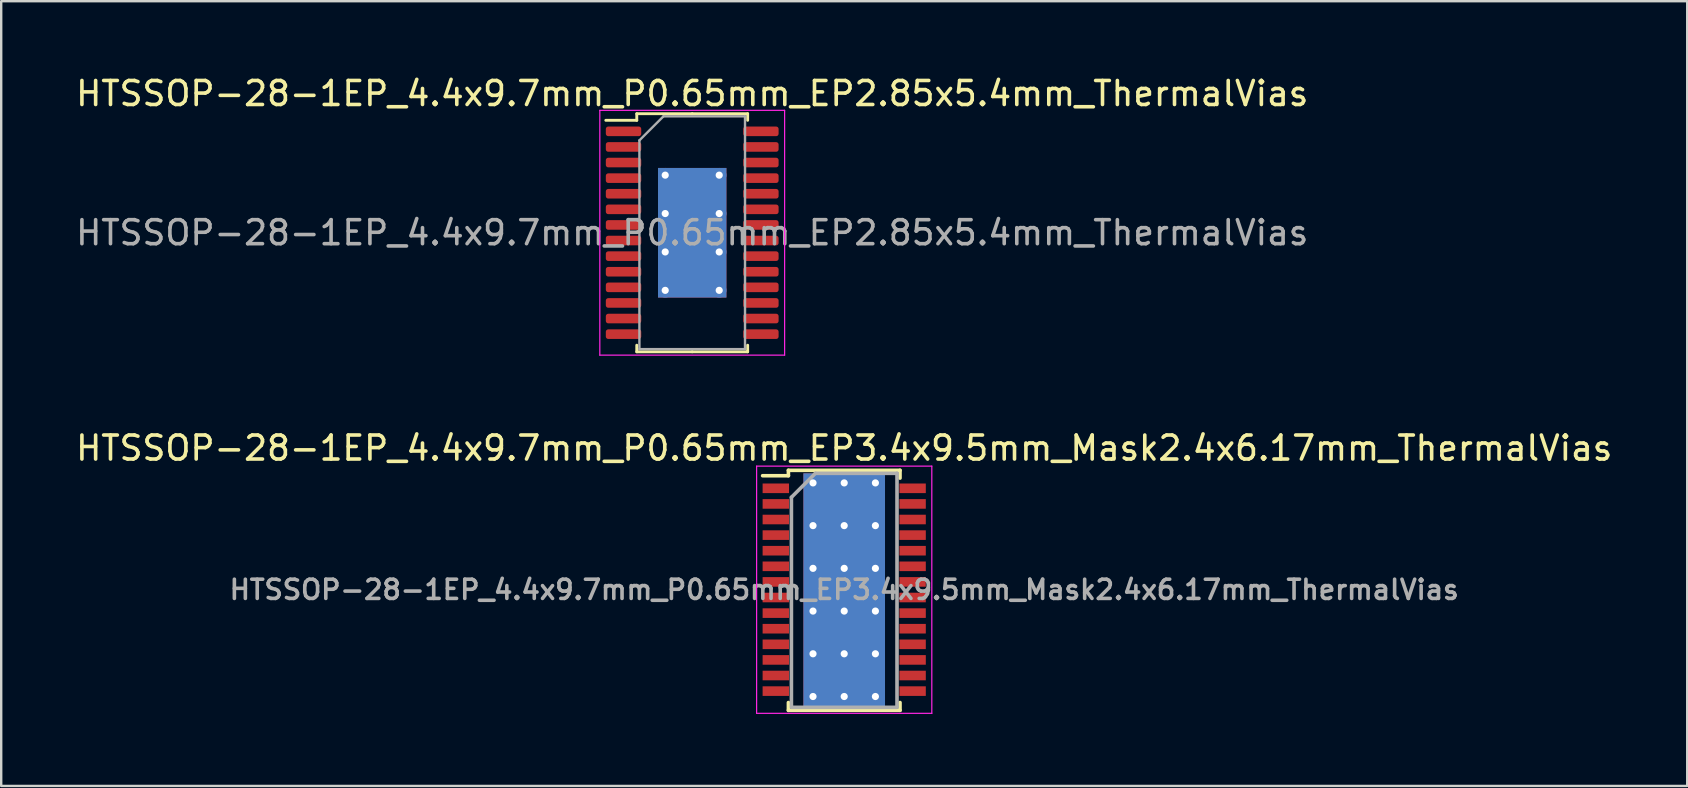
<source format=kicad_pcb>
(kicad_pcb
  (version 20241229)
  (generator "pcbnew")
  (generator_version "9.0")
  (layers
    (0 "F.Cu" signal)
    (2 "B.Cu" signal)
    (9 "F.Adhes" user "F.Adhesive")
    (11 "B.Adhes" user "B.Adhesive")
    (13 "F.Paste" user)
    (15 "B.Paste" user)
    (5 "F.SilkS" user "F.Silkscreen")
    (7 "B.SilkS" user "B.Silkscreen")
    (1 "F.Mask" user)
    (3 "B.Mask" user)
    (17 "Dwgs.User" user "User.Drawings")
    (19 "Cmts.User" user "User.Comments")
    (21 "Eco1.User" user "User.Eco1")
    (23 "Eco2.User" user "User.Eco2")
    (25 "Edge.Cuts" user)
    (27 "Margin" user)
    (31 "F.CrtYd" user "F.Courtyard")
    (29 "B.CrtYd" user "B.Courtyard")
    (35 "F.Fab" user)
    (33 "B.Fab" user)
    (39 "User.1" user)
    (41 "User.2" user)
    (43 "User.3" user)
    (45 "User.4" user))
  (footprint "HTSSOP-28-1EP_4.4x9.7mm_P0.65mm_EP3.4x9.5mm_Mask2.4x6.17mm_ThermalVias"
    (layer "F.Cu")
    (at 32.125 21.521)
    (property "Reference" "HTSSOP-28-1EP_4.4x9.7mm_P0.65mm_EP3.4x9.5mm_Mask2.4x6.17mm_ThermalVias" (at 0 -5.9 0) (layer "F.SilkS") (effects (font (size 1 1) (thickness 0.15))))
    (attr smd)
    (fp_line (start -2.325 -4.975) (end -2.325 -4.75) (stroke (width 0.15) (type solid)) (layer "F.SilkS"))
    (fp_line (start -2.325 -4.975) (end 2.325 -4.975) (stroke (width 0.15) (type solid)) (layer "F.SilkS"))
    (fp_line (start -2.325 -4.75) (end -3.4 -4.75) (stroke (width 0.15) (type solid)) (layer "F.SilkS"))
    (fp_line (start -2.325 5.026) (end -2.325 4.701) (stroke (width 0.15) (type solid)) (layer "F.SilkS"))
    (fp_line (start -2.325 5.026) (end 2.325 5.026) (stroke (width 0.15) (type solid)) (layer "F.SilkS"))
    (fp_line (start 2.325 -4.975) (end 2.325 -4.65) (stroke (width 0.15) (type solid)) (layer "F.SilkS"))
    (fp_line (start 2.325 5.026) (end 2.325 4.701) (stroke (width 0.15) (type solid)) (layer "F.SilkS"))
    (fp_line (start -3.65 -5.15) (end -3.65 5.15) (stroke (width 0.05) (type solid)) (layer "F.CrtYd"))
    (fp_line (start -3.65 -5.15) (end 3.65 -5.15) (stroke (width 0.05) (type solid)) (layer "F.CrtYd"))
    (fp_line (start -3.65 5.15) (end 3.65 5.15) (stroke (width 0.05) (type solid)) (layer "F.CrtYd"))
    (fp_line (start 3.65 -5.15) (end 3.65 5.15) (stroke (width 0.05) (type solid)) (layer "F.CrtYd"))
    (fp_line (start -2.2 -3.85) (end -1.2 -4.85) (stroke (width 0.15) (type solid)) (layer "F.Fab"))
    (fp_line (start -2.2 4.85) (end -2.2 -3.85) (stroke (width 0.15) (type solid)) (layer "F.Fab"))
    (fp_line (start -1.2 -4.85) (end 2.2 -4.85) (stroke (width 0.15) (type solid)) (layer "F.Fab"))
    (fp_line (start 2.2 -4.85) (end 2.2 4.85) (stroke (width 0.15) (type solid)) (layer "F.Fab"))
    (fp_line (start 2.2 4.901) (end -2.2 4.901) (stroke (width 0.15) (type solid)) (layer "F.Fab"))
    (fp_text user "${REFERENCE}" (at 0 0 0) (layer "F.Fab") (effects (font (size 0.8 0.8) (thickness 0.15))))
    (pad "" smd rect (at -0.6 -1.78) (size 0.9 1.4) (layers "F.Paste"))
    (pad "" smd rect (at -0.6 0) (size 0.9 1.4) (layers "F.Paste"))
    (pad "" smd rect (at -0.6 1.78) (size 0.9 1.4) (layers "F.Paste"))
    (pad "" smd rect (at 0 0) (size 2.4 6.17) (layers "F.Mask"))
    (pad "" smd rect (at 0.6 -1.78) (size 0.9 1.4) (layers "F.Paste"))
    (pad "" smd rect (at 0.6 0) (size 0.9 1.4) (layers "F.Paste"))
    (pad "" smd rect (at 0.6 1.78) (size 0.9 1.4) (layers "F.Paste"))
    (pad "1" smd rect (at -2.85 -4.225) (size 1.1 0.4) (layers "F.Cu" "F.Mask" "F.Paste"))
    (pad "2" smd rect (at -2.85 -3.575) (size 1.1 0.4) (layers "F.Cu" "F.Mask" "F.Paste"))
    (pad "3" smd rect (at -2.85 -2.925) (size 1.1 0.4) (layers "F.Cu" "F.Mask" "F.Paste"))
    (pad "4" smd rect (at -2.85 -2.275) (size 1.1 0.4) (layers "F.Cu" "F.Mask" "F.Paste"))
    (pad "5" smd rect (at -2.85 -1.625) (size 1.1 0.4) (layers "F.Cu" "F.Mask" "F.Paste"))
    (pad "6" smd rect (at -2.85 -0.975) (size 1.1 0.4) (layers "F.Cu" "F.Mask" "F.Paste"))
    (pad "7" smd rect (at -2.85 -0.325) (size 1.1 0.4) (layers "F.Cu" "F.Mask" "F.Paste"))
    (pad "8" smd rect (at -2.85 0.325) (size 1.1 0.4) (layers "F.Cu" "F.Mask" "F.Paste"))
    (pad "9" smd rect (at -2.85 0.975) (size 1.1 0.4) (layers "F.Cu" "F.Mask" "F.Paste"))
    (pad "10" smd rect (at -2.85 1.625) (size 1.1 0.4) (layers "F.Cu" "F.Mask" "F.Paste"))
    (pad "11" smd rect (at -2.85 2.275) (size 1.1 0.4) (layers "F.Cu" "F.Mask" "F.Paste"))
    (pad "12" smd rect (at -2.85 2.925) (size 1.1 0.4) (layers "F.Cu" "F.Mask" "F.Paste"))
    (pad "13" smd rect (at -2.85 3.575) (size 1.1 0.4) (layers "F.Cu" "F.Mask" "F.Paste"))
    (pad "14" smd rect (at -2.85 4.225) (size 1.1 0.4) (layers "F.Cu" "F.Mask" "F.Paste"))
    (pad "15" smd rect (at 2.85 4.225) (size 1.1 0.4) (layers "F.Cu" "F.Mask" "F.Paste"))
    (pad "16" smd rect (at 2.85 3.575) (size 1.1 0.4) (layers "F.Cu" "F.Mask" "F.Paste"))
    (pad "17" smd rect (at 2.85 2.925) (size 1.1 0.4) (layers "F.Cu" "F.Mask" "F.Paste"))
    (pad "18" smd rect (at 2.85 2.275) (size 1.1 0.4) (layers "F.Cu" "F.Mask" "F.Paste"))
    (pad "19" smd rect (at 2.85 1.625) (size 1.1 0.4) (layers "F.Cu" "F.Mask" "F.Paste"))
    (pad "20" smd rect (at 2.85 0.975) (size 1.1 0.4) (layers "F.Cu" "F.Mask" "F.Paste"))
    (pad "21" smd rect (at 2.85 0.325) (size 1.1 0.4) (layers "F.Cu" "F.Mask" "F.Paste"))
    (pad "22" smd rect (at 2.85 -0.325) (size 1.1 0.4) (layers "F.Cu" "F.Mask" "F.Paste"))
    (pad "23" smd rect (at 2.85 -0.975) (size 1.1 0.4) (layers "F.Cu" "F.Mask" "F.Paste"))
    (pad "24" smd rect (at 2.85 -1.625) (size 1.1 0.4) (layers "F.Cu" "F.Mask" "F.Paste"))
    (pad "25" smd rect (at 2.85 -2.275) (size 1.1 0.4) (layers "F.Cu" "F.Mask" "F.Paste"))
    (pad "26" smd rect (at 2.85 -2.925) (size 1.1 0.4) (layers "F.Cu" "F.Mask" "F.Paste"))
    (pad "27" smd rect (at 2.85 -3.575) (size 1.1 0.4) (layers "F.Cu" "F.Mask" "F.Paste"))
    (pad "28" smd rect (at 2.85 -4.225) (size 1.1 0.4) (layers "F.Cu" "F.Mask" "F.Paste"))
    (pad "29" thru_hole circle (at -1.3 -4.45) (size 0.6 0.6) (drill 0.3) (layers "*.Cu"))
    (pad "29" thru_hole circle (at -1.3 -2.67) (size 0.6 0.6) (drill 0.3) (layers "*.Cu"))
    (pad "29" thru_hole circle (at -1.3 -0.89) (size 0.6 0.6) (drill 0.3) (layers "*.Cu"))
    (pad "29" thru_hole circle (at -1.3 0.89) (size 0.6 0.6) (drill 0.3) (layers "*.Cu"))
    (pad "29" thru_hole circle (at -1.3 2.67) (size 0.6 0.6) (drill 0.3) (layers "*.Cu"))
    (pad "29" thru_hole circle (at -1.3 4.45) (size 0.6 0.6) (drill 0.3) (layers "*.Cu"))
    (pad "29" thru_hole circle (at 0 -4.45) (size 0.6 0.6) (drill 0.3) (layers "*.Cu"))
    (pad "29" thru_hole circle (at 0 -2.67) (size 0.6 0.6) (drill 0.3) (layers "*.Cu"))
    (pad "29" thru_hole circle (at 0 -0.89) (size 0.6 0.6) (drill 0.3) (layers "*.Cu"))
    (pad "29" smd rect (at 0 0) (size 3.4 9.7) (layers "F.Cu"))
    (pad "29" smd rect (at 0 0) (size 3.4 9.7) (layers "B.Cu"))
    (pad "29" thru_hole circle (at 0 0.89) (size 0.6 0.6) (drill 0.3) (layers "*.Cu"))
    (pad "29" thru_hole circle (at 0 2.67) (size 0.6 0.6) (drill 0.3) (layers "*.Cu"))
    (pad "29" thru_hole circle (at 0 4.45) (size 0.6 0.6) (drill 0.3) (layers "*.Cu"))
    (pad "29" thru_hole circle (at 1.3 -4.45) (size 0.6 0.6) (drill 0.3) (layers "*.Cu"))
    (pad "29" thru_hole circle (at 1.3 -2.67) (size 0.6 0.6) (drill 0.3) (layers "*.Cu"))
    (pad "29" thru_hole circle (at 1.3 -0.89) (size 0.6 0.6) (drill 0.3) (layers "*.Cu"))
    (pad "29" thru_hole circle (at 1.3 0.89) (size 0.6 0.6) (drill 0.3) (layers "*.Cu"))
    (pad "29" thru_hole circle (at 1.3 2.67) (size 0.6 0.6) (drill 0.3) (layers "*.Cu"))
    (pad "29" thru_hole circle (at 1.3 4.45) (size 0.6 0.6) (drill 0.3) (layers "*.Cu")))
  (footprint "HTSSOP-28-1EP_4.4x9.7mm_P0.65mm_EP2.85x5.4mm_ThermalVias"
    (layer "F.Cu")
    (at 25.792 6.648)
    (property "Reference" "HTSSOP-28-1EP_4.4x9.7mm_P0.65mm_EP2.85x5.4mm_ThermalVias" (at 0 -5.8 0) (layer "F.SilkS") (effects (font (size 1 1) (thickness 0.15))))
    (attr smd)
    (fp_line (start -2.31 -4.96) (end -2.31 -4.685) (stroke (width 0.12) (type solid)) (layer "F.SilkS"))
    (fp_line (start -2.31 -4.685) (end -3.6 -4.685) (stroke (width 0.12) (type solid)) (layer "F.SilkS"))
    (fp_line (start -2.31 4.96) (end -2.31 4.685) (stroke (width 0.12) (type solid)) (layer "F.SilkS"))
    (fp_line (start 0 -4.96) (end -2.31 -4.96) (stroke (width 0.12) (type solid)) (layer "F.SilkS"))
    (fp_line (start 0 -4.96) (end 2.31 -4.96) (stroke (width 0.12) (type solid)) (layer "F.SilkS"))
    (fp_line (start 0 4.96) (end -2.31 4.96) (stroke (width 0.12) (type solid)) (layer "F.SilkS"))
    (fp_line (start 0 4.96) (end 2.31 4.96) (stroke (width 0.12) (type solid)) (layer "F.SilkS"))
    (fp_line (start 2.31 -4.96) (end 2.31 -4.685) (stroke (width 0.12) (type solid)) (layer "F.SilkS"))
    (fp_line (start 2.31 4.96) (end 2.31 4.685) (stroke (width 0.12) (type solid)) (layer "F.SilkS"))
    (fp_line (start -3.85 -5.1) (end -3.85 5.1) (stroke (width 0.05) (type solid)) (layer "F.CrtYd"))
    (fp_line (start -3.85 5.1) (end 3.85 5.1) (stroke (width 0.05) (type solid)) (layer "F.CrtYd"))
    (fp_line (start 3.85 -5.1) (end -3.85 -5.1) (stroke (width 0.05) (type solid)) (layer "F.CrtYd"))
    (fp_line (start 3.85 5.1) (end 3.85 -5.1) (stroke (width 0.05) (type solid)) (layer "F.CrtYd"))
    (fp_line (start -2.2 -3.85) (end -1.2 -4.85) (stroke (width 0.1) (type solid)) (layer "F.Fab"))
    (fp_line (start -2.2 4.85) (end -2.2 -3.85) (stroke (width 0.1) (type solid)) (layer "F.Fab"))
    (fp_line (start -1.2 -4.85) (end 2.2 -4.85) (stroke (width 0.1) (type solid)) (layer "F.Fab"))
    (fp_line (start 2.2 -4.85) (end 2.2 4.85) (stroke (width 0.1) (type solid)) (layer "F.Fab"))
    (fp_line (start 2.2 4.85) (end -2.2 4.85) (stroke (width 0.1) (type solid)) (layer "F.Fab"))
    (fp_text user "${REFERENCE}" (at 0 0 0) (layer "F.Fab") (effects (font (size 1 1) (thickness 0.15))))
    (pad "" smd roundrect (at 0 -1.8) (size 2.3 1.45) (layers "F.Paste") (roundrect_rratio 0.172))
    (pad "" smd roundrect (at 0 0) (size 2.3 1.45) (layers "F.Paste") (roundrect_rratio 0.172))
    (pad "" smd roundrect (at 0 1.8) (size 2.3 1.45) (layers "F.Paste") (roundrect_rratio 0.172))
    (pad "1" smd roundrect (at -2.862 -4.225) (size 1.475 0.4) (layers "F.Cu" "F.Mask" "F.Paste") (roundrect_rratio 0.25))
    (pad "2" smd roundrect (at -2.862 -3.575) (size 1.475 0.4) (layers "F.Cu" "F.Mask" "F.Paste") (roundrect_rratio 0.25))
    (pad "3" smd roundrect (at -2.862 -2.925) (size 1.475 0.4) (layers "F.Cu" "F.Mask" "F.Paste") (roundrect_rratio 0.25))
    (pad "4" smd roundrect (at -2.862 -2.275) (size 1.475 0.4) (layers "F.Cu" "F.Mask" "F.Paste") (roundrect_rratio 0.25))
    (pad "5" smd roundrect (at -2.862 -1.625) (size 1.475 0.4) (layers "F.Cu" "F.Mask" "F.Paste") (roundrect_rratio 0.25))
    (pad "6" smd roundrect (at -2.862 -0.975) (size 1.475 0.4) (layers "F.Cu" "F.Mask" "F.Paste") (roundrect_rratio 0.25))
    (pad "7" smd roundrect (at -2.862 -0.325) (size 1.475 0.4) (layers "F.Cu" "F.Mask" "F.Paste") (roundrect_rratio 0.25))
    (pad "8" smd roundrect (at -2.862 0.325) (size 1.475 0.4) (layers "F.Cu" "F.Mask" "F.Paste") (roundrect_rratio 0.25))
    (pad "9" smd roundrect (at -2.862 0.975) (size 1.475 0.4) (layers "F.Cu" "F.Mask" "F.Paste") (roundrect_rratio 0.25))
    (pad "10" smd roundrect (at -2.862 1.625) (size 1.475 0.4) (layers "F.Cu" "F.Mask" "F.Paste") (roundrect_rratio 0.25))
    (pad "11" smd roundrect (at -2.862 2.275) (size 1.475 0.4) (layers "F.Cu" "F.Mask" "F.Paste") (roundrect_rratio 0.25))
    (pad "12" smd roundrect (at -2.862 2.925) (size 1.475 0.4) (layers "F.Cu" "F.Mask" "F.Paste") (roundrect_rratio 0.25))
    (pad "13" smd roundrect (at -2.862 3.575) (size 1.475 0.4) (layers "F.Cu" "F.Mask" "F.Paste") (roundrect_rratio 0.25))
    (pad "14" smd roundrect (at -2.862 4.225) (size 1.475 0.4) (layers "F.Cu" "F.Mask" "F.Paste") (roundrect_rratio 0.25))
    (pad "15" smd roundrect (at 2.862 4.225) (size 1.475 0.4) (layers "F.Cu" "F.Mask" "F.Paste") (roundrect_rratio 0.25))
    (pad "16" smd roundrect (at 2.862 3.575) (size 1.475 0.4) (layers "F.Cu" "F.Mask" "F.Paste") (roundrect_rratio 0.25))
    (pad "17" smd roundrect (at 2.862 2.925) (size 1.475 0.4) (layers "F.Cu" "F.Mask" "F.Paste") (roundrect_rratio 0.25))
    (pad "18" smd roundrect (at 2.862 2.275) (size 1.475 0.4) (layers "F.Cu" "F.Mask" "F.Paste") (roundrect_rratio 0.25))
    (pad "19" smd roundrect (at 2.862 1.625) (size 1.475 0.4) (layers "F.Cu" "F.Mask" "F.Paste") (roundrect_rratio 0.25))
    (pad "20" smd roundrect (at 2.862 0.975) (size 1.475 0.4) (layers "F.Cu" "F.Mask" "F.Paste") (roundrect_rratio 0.25))
    (pad "21" smd roundrect (at 2.862 0.325) (size 1.475 0.4) (layers "F.Cu" "F.Mask" "F.Paste") (roundrect_rratio 0.25))
    (pad "22" smd roundrect (at 2.862 -0.325) (size 1.475 0.4) (layers "F.Cu" "F.Mask" "F.Paste") (roundrect_rratio 0.25))
    (pad "23" smd roundrect (at 2.862 -0.975) (size 1.475 0.4) (layers "F.Cu" "F.Mask" "F.Paste") (roundrect_rratio 0.25))
    (pad "24" smd roundrect (at 2.862 -1.625) (size 1.475 0.4) (layers "F.Cu" "F.Mask" "F.Paste") (roundrect_rratio 0.25))
    (pad "25" smd roundrect (at 2.862 -2.275) (size 1.475 0.4) (layers "F.Cu" "F.Mask" "F.Paste") (roundrect_rratio 0.25))
    (pad "26" smd roundrect (at 2.862 -2.925) (size 1.475 0.4) (layers "F.Cu" "F.Mask" "F.Paste") (roundrect_rratio 0.25))
    (pad "27" smd roundrect (at 2.862 -3.575) (size 1.475 0.4) (layers "F.Cu" "F.Mask" "F.Paste") (roundrect_rratio 0.25))
    (pad "28" smd roundrect (at 2.862 -4.225) (size 1.475 0.4) (layers "F.Cu" "F.Mask" "F.Paste") (roundrect_rratio 0.25))
    (pad "29" thru_hole circle (at -1.125 -2.4) (size 0.6 0.6) (drill 0.3) (layers "*.Cu"))
    (pad "29" thru_hole circle (at -1.125 -0.8) (size 0.6 0.6) (drill 0.3) (layers "*.Cu"))
    (pad "29" thru_hole circle (at -1.125 0.8) (size 0.6 0.6) (drill 0.3) (layers "*.Cu"))
    (pad "29" thru_hole circle (at -1.125 2.4) (size 0.6 0.6) (drill 0.3) (layers "*.Cu"))
    (pad "29" smd rect (at 0 0) (size 2.85 5.4) (layers "F.Cu" "F.Mask"))
    (pad "29" smd rect (at 0 0) (size 2.85 5.4) (layers "B.Cu"))
    (pad "29" thru_hole circle (at 1.125 -2.4) (size 0.6 0.6) (drill 0.3) (layers "*.Cu"))
    (pad "29" thru_hole circle (at 1.125 -0.8) (size 0.6 0.6) (drill 0.3) (layers "*.Cu"))
    (pad "29" thru_hole circle (at 1.125 0.8) (size 0.6 0.6) (drill 0.3) (layers "*.Cu"))
    (pad "29" thru_hole circle (at 1.125 2.4) (size 0.6 0.6) (drill 0.3) (layers "*.Cu")))
  (gr_rect
    (start -3 -3)
    (end 67.25 29.697)
    (stroke (width 0.1) (type default))
    (fill no)
    (layer "Edge.Cuts")))
</source>
